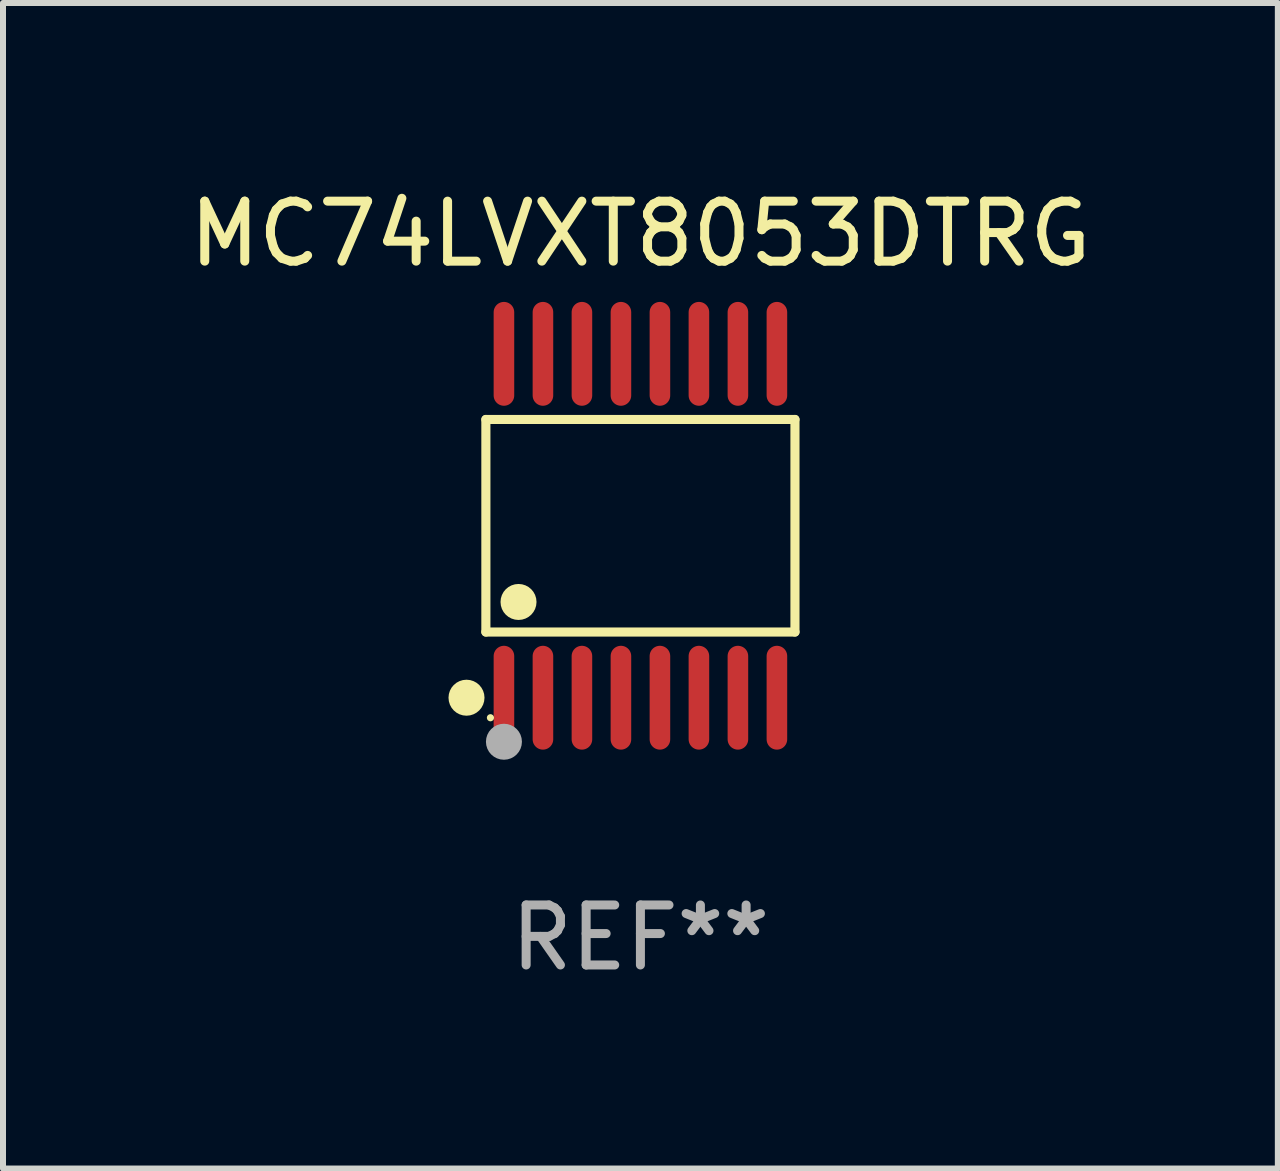
<source format=kicad_pcb>
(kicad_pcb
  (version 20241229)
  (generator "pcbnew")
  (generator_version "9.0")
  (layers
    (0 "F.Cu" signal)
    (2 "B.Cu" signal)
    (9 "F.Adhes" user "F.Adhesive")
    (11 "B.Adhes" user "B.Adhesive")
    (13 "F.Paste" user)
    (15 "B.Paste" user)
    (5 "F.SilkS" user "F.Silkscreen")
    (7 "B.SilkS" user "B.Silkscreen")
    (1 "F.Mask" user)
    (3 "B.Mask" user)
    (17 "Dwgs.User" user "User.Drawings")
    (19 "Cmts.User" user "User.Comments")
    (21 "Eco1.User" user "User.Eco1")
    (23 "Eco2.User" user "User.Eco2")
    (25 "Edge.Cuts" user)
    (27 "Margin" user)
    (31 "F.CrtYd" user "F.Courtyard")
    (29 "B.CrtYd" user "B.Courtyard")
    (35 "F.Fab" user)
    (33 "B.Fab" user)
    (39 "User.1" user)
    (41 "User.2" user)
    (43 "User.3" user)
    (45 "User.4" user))
  (footprint "MC74LVXT8053DTRG"
    (layer "F.Cu")
    (at 7.625 5.714)
    (property "Reference" "MC74LVXT8053DTRG" (at 0 -4.866 0) (layer "F.SilkS") (effects (font (size 1 1) (thickness 0.15))))
    (attr through_hole)
    (fp_line (start -2.576 -1.772) (end 2.576 -1.772) (stroke (width 0.152) (type solid)) (layer "F.SilkS"))
    (fp_line (start -2.576 1.771) (end -2.576 -1.772) (stroke (width 0.152) (type solid)) (layer "F.SilkS"))
    (fp_line (start 2.576 -1.772) (end 2.576 1.771) (stroke (width 0.152) (type solid)) (layer "F.SilkS"))
    (fp_line (start 2.576 1.771) (end -2.576 1.771) (stroke (width 0.152) (type solid)) (layer "F.SilkS"))
    (fp_circle (center -2.899 2.866) (end -2.749 2.866) (stroke (width 0.3) (type solid)) (fill no) (layer "F.SilkS"))
    (fp_circle (center -2.5 3.2) (end -2.47 3.2) (stroke (width 0.06) (type solid)) (fill no) (layer "F.SilkS"))
    (fp_circle (center -2.032 1.27) (end -1.882 1.27) (stroke (width 0.3) (type solid)) (fill no) (layer "F.SilkS"))
    (fp_circle (center -2.275 3.6) (end -2.125 3.6) (stroke (width 0.3) (type solid)) (fill no) (layer "F.Fab"))
    (fp_text user "REF**" (at 0 6.866 0) (layer "F.Fab") (effects (font (size 1 1) (thickness 0.15))))
    (pad "1" smd oval (at -2.275 2.866) (size 0.343 1.731) (layers "F.Cu" "F.Mask" "F.Paste"))
    (pad "2" smd oval (at -1.625 2.866) (size 0.343 1.731) (layers "F.Cu" "F.Mask" "F.Paste"))
    (pad "3" smd oval (at -0.975 2.866) (size 0.343 1.731) (layers "F.Cu" "F.Mask" "F.Paste"))
    (pad "4" smd oval (at -0.325 2.866) (size 0.343 1.731) (layers "F.Cu" "F.Mask" "F.Paste"))
    (pad "5" smd oval (at 0.325 2.866) (size 0.343 1.731) (layers "F.Cu" "F.Mask" "F.Paste"))
    (pad "6" smd oval (at 0.975 2.866) (size 0.343 1.731) (layers "F.Cu" "F.Mask" "F.Paste"))
    (pad "7" smd oval (at 1.625 2.866) (size 0.343 1.731) (layers "F.Cu" "F.Mask" "F.Paste"))
    (pad "8" smd oval (at 2.275 2.866) (size 0.343 1.731) (layers "F.Cu" "F.Mask" "F.Paste"))
    (pad "9" smd oval (at 2.275 -2.866) (size 0.343 1.731) (layers "F.Cu" "F.Mask" "F.Paste"))
    (pad "10" smd oval (at 1.625 -2.866) (size 0.343 1.731) (layers "F.Cu" "F.Mask" "F.Paste"))
    (pad "11" smd oval (at 0.975 -2.866) (size 0.343 1.731) (layers "F.Cu" "F.Mask" "F.Paste"))
    (pad "12" smd oval (at 0.325 -2.866) (size 0.343 1.731) (layers "F.Cu" "F.Mask" "F.Paste"))
    (pad "13" smd oval (at -0.325 -2.866) (size 0.343 1.731) (layers "F.Cu" "F.Mask" "F.Paste"))
    (pad "14" smd oval (at -0.975 -2.866) (size 0.343 1.731) (layers "F.Cu" "F.Mask" "F.Paste"))
    (pad "15" smd oval (at -1.625 -2.866) (size 0.343 1.731) (layers "F.Cu" "F.Mask" "F.Paste"))
    (pad "16" smd oval (at -2.275 -2.866) (size 0.343 1.731) (layers "F.Cu" "F.Mask" "F.Paste")))
  (gr_rect
    (start -3 -3)
    (end 18.25 16.428)
    (stroke (width 0.1) (type default))
    (fill no)
    (layer "Edge.Cuts")))
</source>
